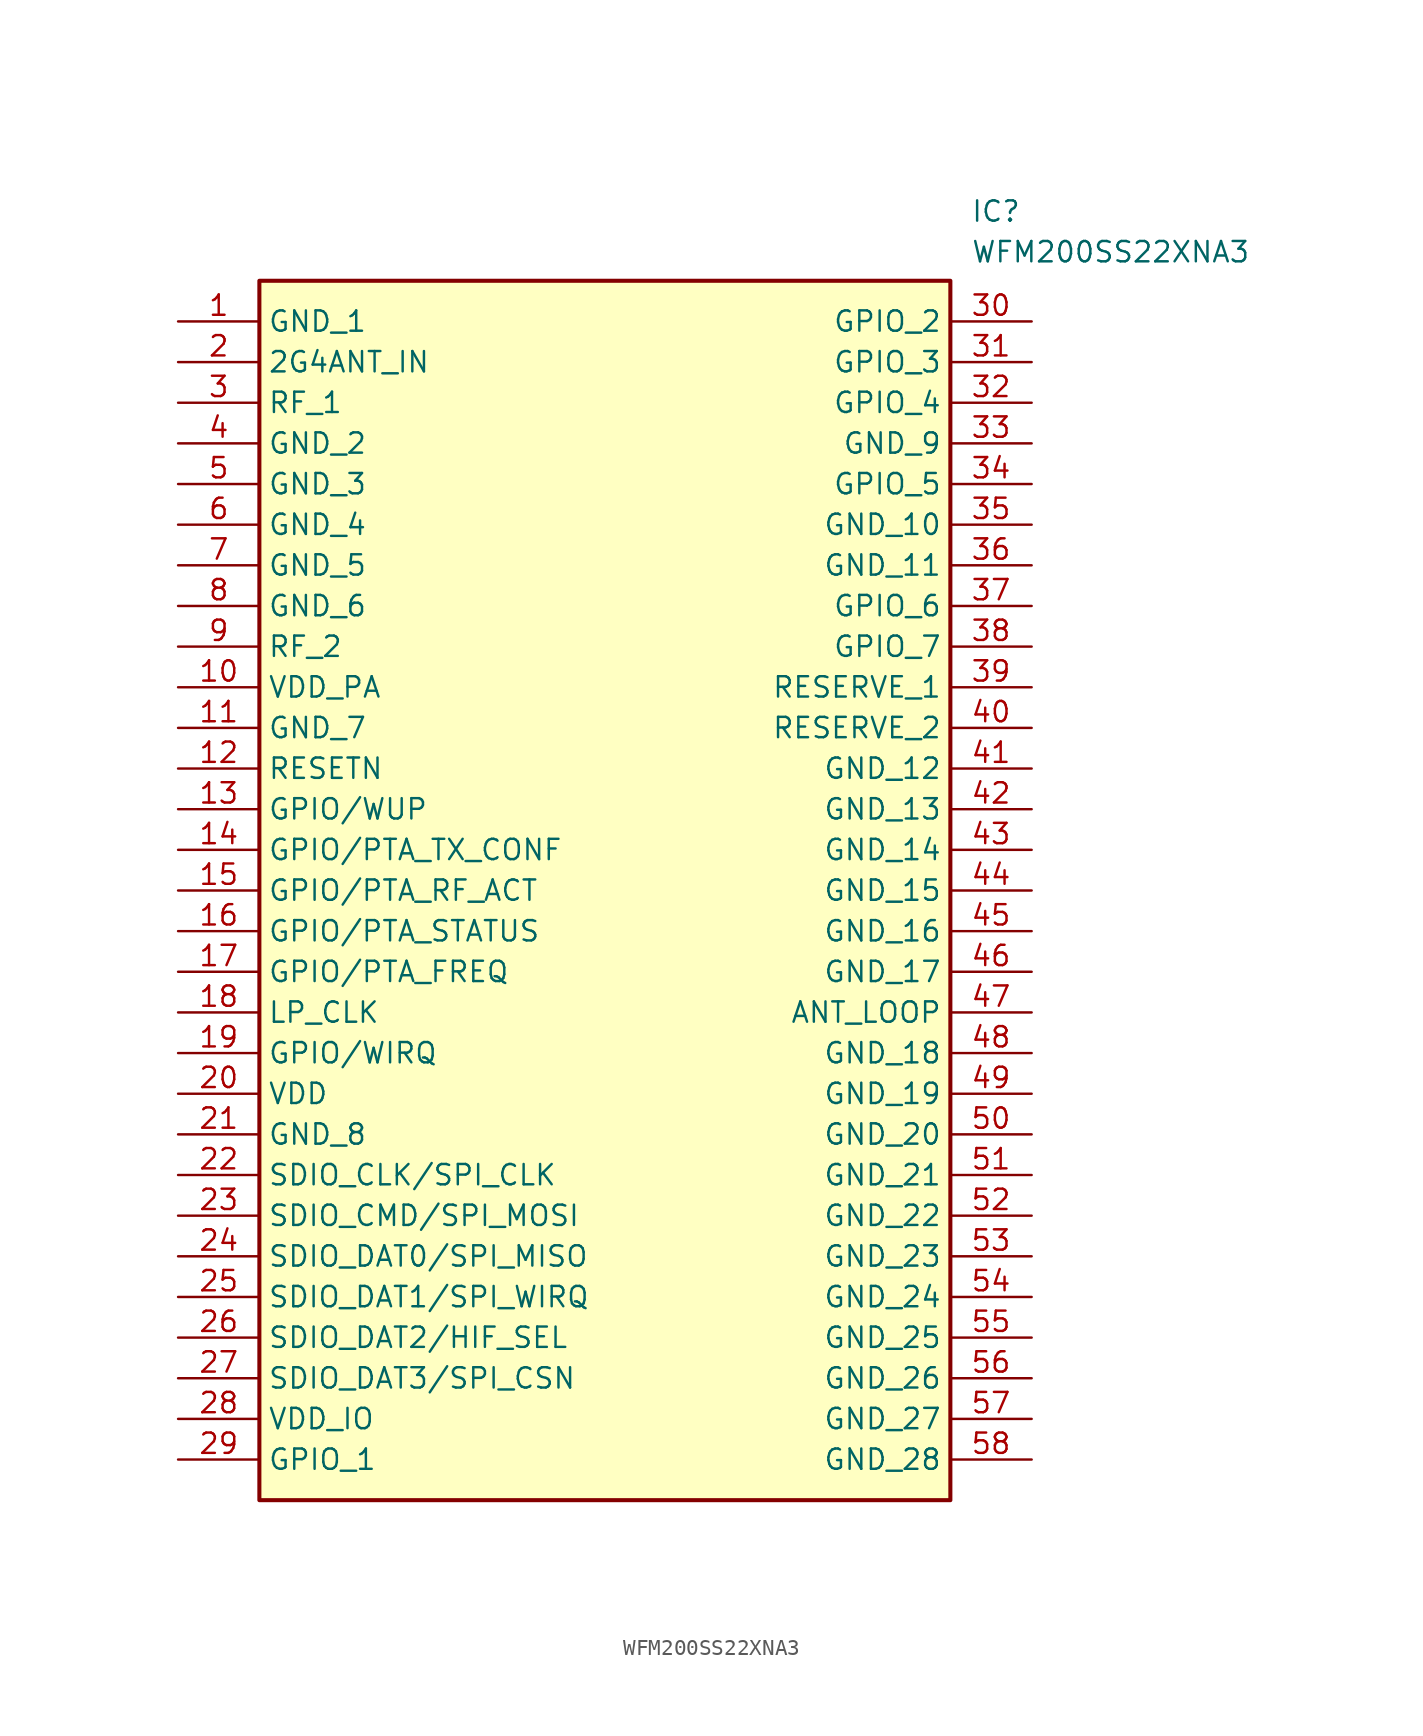
<source format=kicad_sym>
(kicad_symbol_lib
  (version 20211014)
  (generator SamacSys_ECAD_Model)
  (symbol "WFM200SS22XNA3"
    (property "Reference" "IC"
      (at 49.53 7.62 0)
      (effects (font (size 1.27 1.27)) (justify left top)))
    (property "Value" "WFM200SS22XNA3"
      (at 49.53 5.08 0)
      (effects (font (size 1.27 1.27)) (justify left top)))
    (rectangle
      (start 5.08 2.54)
      (end 48.26 -73.66)
      (stroke (width 0.254) (type default))
      (fill (type background)))
    (pin passive line
      (at 0 0 0)
      (length 5.08)
      (name "GND_1" (effects (font (size 1.27 1.27))))
      (number "1" (effects (font (size 1.27 1.27)))))
    (pin passive line
      (at 0 -2.54 0)
      (length 5.08)
      (name "2G4ANT_IN" (effects (font (size 1.27 1.27))))
      (number "2" (effects (font (size 1.27 1.27)))))
    (pin passive line
      (at 0 -5.08 0)
      (length 5.08)
      (name "RF_1" (effects (font (size 1.27 1.27))))
      (number "3" (effects (font (size 1.27 1.27)))))
    (pin passive line
      (at 0 -7.62 0)
      (length 5.08)
      (name "GND_2" (effects (font (size 1.27 1.27))))
      (number "4" (effects (font (size 1.27 1.27)))))
    (pin passive line
      (at 0 -10.16 0)
      (length 5.08)
      (name "GND_3" (effects (font (size 1.27 1.27))))
      (number "5" (effects (font (size 1.27 1.27)))))
    (pin passive line
      (at 0 -12.7 0)
      (length 5.08)
      (name "GND_4" (effects (font (size 1.27 1.27))))
      (number "6" (effects (font (size 1.27 1.27)))))
    (pin passive line
      (at 0 -15.24 0)
      (length 5.08)
      (name "GND_5" (effects (font (size 1.27 1.27))))
      (number "7" (effects (font (size 1.27 1.27)))))
    (pin passive line
      (at 0 -17.78 0)
      (length 5.08)
      (name "GND_6" (effects (font (size 1.27 1.27))))
      (number "8" (effects (font (size 1.27 1.27)))))
    (pin passive line
      (at 0 -20.32 0)
      (length 5.08)
      (name "RF_2" (effects (font (size 1.27 1.27))))
      (number "9" (effects (font (size 1.27 1.27)))))
    (pin passive line
      (at 0 -22.86 0)
      (length 5.08)
      (name "VDD_PA" (effects (font (size 1.27 1.27))))
      (number "10" (effects (font (size 1.27 1.27)))))
    (pin passive line
      (at 0 -25.4 0)
      (length 5.08)
      (name "GND_7" (effects (font (size 1.27 1.27))))
      (number "11" (effects (font (size 1.27 1.27)))))
    (pin passive line
      (at 0 -27.94 0)
      (length 5.08)
      (name "RESETN" (effects (font (size 1.27 1.27))))
      (number "12" (effects (font (size 1.27 1.27)))))
    (pin passive line
      (at 0 -30.48 0)
      (length 5.08)
      (name "GPIO/WUP" (effects (font (size 1.27 1.27))))
      (number "13" (effects (font (size 1.27 1.27)))))
    (pin passive line
      (at 0 -33.02 0)
      (length 5.08)
      (name "GPIO/PTA_TX_CONF" (effects (font (size 1.27 1.27))))
      (number "14" (effects (font (size 1.27 1.27)))))
    (pin passive line
      (at 0 -35.56 0)
      (length 5.08)
      (name "GPIO/PTA_RF_ACT" (effects (font (size 1.27 1.27))))
      (number "15" (effects (font (size 1.27 1.27)))))
    (pin passive line
      (at 0 -38.1 0)
      (length 5.08)
      (name "GPIO/PTA_STATUS" (effects (font (size 1.27 1.27))))
      (number "16" (effects (font (size 1.27 1.27)))))
    (pin passive line
      (at 0 -40.64 0)
      (length 5.08)
      (name "GPIO/PTA_FREQ" (effects (font (size 1.27 1.27))))
      (number "17" (effects (font (size 1.27 1.27)))))
    (pin passive line
      (at 0 -43.18 0)
      (length 5.08)
      (name "LP_CLK" (effects (font (size 1.27 1.27))))
      (number "18" (effects (font (size 1.27 1.27)))))
    (pin passive line
      (at 0 -45.72 0)
      (length 5.08)
      (name "GPIO/WIRQ" (effects (font (size 1.27 1.27))))
      (number "19" (effects (font (size 1.27 1.27)))))
    (pin passive line
      (at 0 -48.26 0)
      (length 5.08)
      (name "VDD" (effects (font (size 1.27 1.27))))
      (number "20" (effects (font (size 1.27 1.27)))))
    (pin passive line
      (at 0 -50.8 0)
      (length 5.08)
      (name "GND_8" (effects (font (size 1.27 1.27))))
      (number "21" (effects (font (size 1.27 1.27)))))
    (pin passive line
      (at 0 -53.34 0)
      (length 5.08)
      (name "SDIO_CLK/SPI_CLK" (effects (font (size 1.27 1.27))))
      (number "22" (effects (font (size 1.27 1.27)))))
    (pin passive line
      (at 0 -55.88 0)
      (length 5.08)
      (name "SDIO_CMD/SPI_MOSI" (effects (font (size 1.27 1.27))))
      (number "23" (effects (font (size 1.27 1.27)))))
    (pin passive line
      (at 0 -58.42 0)
      (length 5.08)
      (name "SDIO_DAT0/SPI_MISO" (effects (font (size 1.27 1.27))))
      (number "24" (effects (font (size 1.27 1.27)))))
    (pin passive line
      (at 0 -60.96 0)
      (length 5.08)
      (name "SDIO_DAT1/SPI_WIRQ" (effects (font (size 1.27 1.27))))
      (number "25" (effects (font (size 1.27 1.27)))))
    (pin passive line
      (at 0 -63.5 0)
      (length 5.08)
      (name "SDIO_DAT2/HIF_SEL" (effects (font (size 1.27 1.27))))
      (number "26" (effects (font (size 1.27 1.27)))))
    (pin passive line
      (at 0 -66.04 0)
      (length 5.08)
      (name "SDIO_DAT3/SPI_CSN" (effects (font (size 1.27 1.27))))
      (number "27" (effects (font (size 1.27 1.27)))))
    (pin passive line
      (at 0 -68.58 0)
      (length 5.08)
      (name "VDD_IO" (effects (font (size 1.27 1.27))))
      (number "28" (effects (font (size 1.27 1.27)))))
    (pin passive line
      (at 0 -71.12 0)
      (length 5.08)
      (name "GPIO_1" (effects (font (size 1.27 1.27))))
      (number "29" (effects (font (size 1.27 1.27)))))
    (pin passive line
      (at 53.34 0 180)
      (length 5.08)
      (name "GPIO_2" (effects (font (size 1.27 1.27))))
      (number "30" (effects (font (size 1.27 1.27)))))
    (pin passive line
      (at 53.34 -2.54 180)
      (length 5.08)
      (name "GPIO_3" (effects (font (size 1.27 1.27))))
      (number "31" (effects (font (size 1.27 1.27)))))
    (pin passive line
      (at 53.34 -5.08 180)
      (length 5.08)
      (name "GPIO_4" (effects (font (size 1.27 1.27))))
      (number "32" (effects (font (size 1.27 1.27)))))
    (pin passive line
      (at 53.34 -7.62 180)
      (length 5.08)
      (name "GND_9" (effects (font (size 1.27 1.27))))
      (number "33" (effects (font (size 1.27 1.27)))))
    (pin passive line
      (at 53.34 -10.16 180)
      (length 5.08)
      (name "GPIO_5" (effects (font (size 1.27 1.27))))
      (number "34" (effects (font (size 1.27 1.27)))))
    (pin passive line
      (at 53.34 -12.7 180)
      (length 5.08)
      (name "GND_10" (effects (font (size 1.27 1.27))))
      (number "35" (effects (font (size 1.27 1.27)))))
    (pin passive line
      (at 53.34 -15.24 180)
      (length 5.08)
      (name "GND_11" (effects (font (size 1.27 1.27))))
      (number "36" (effects (font (size 1.27 1.27)))))
    (pin passive line
      (at 53.34 -17.78 180)
      (length 5.08)
      (name "GPIO_6" (effects (font (size 1.27 1.27))))
      (number "37" (effects (font (size 1.27 1.27)))))
    (pin passive line
      (at 53.34 -20.32 180)
      (length 5.08)
      (name "GPIO_7" (effects (font (size 1.27 1.27))))
      (number "38" (effects (font (size 1.27 1.27)))))
    (pin passive line
      (at 53.34 -22.86 180)
      (length 5.08)
      (name "RESERVE_1" (effects (font (size 1.27 1.27))))
      (number "39" (effects (font (size 1.27 1.27)))))
    (pin passive line
      (at 53.34 -25.4 180)
      (length 5.08)
      (name "RESERVE_2" (effects (font (size 1.27 1.27))))
      (number "40" (effects (font (size 1.27 1.27)))))
    (pin passive line
      (at 53.34 -27.94 180)
      (length 5.08)
      (name "GND_12" (effects (font (size 1.27 1.27))))
      (number "41" (effects (font (size 1.27 1.27)))))
    (pin passive line
      (at 53.34 -30.48 180)
      (length 5.08)
      (name "GND_13" (effects (font (size 1.27 1.27))))
      (number "42" (effects (font (size 1.27 1.27)))))
    (pin passive line
      (at 53.34 -33.02 180)
      (length 5.08)
      (name "GND_14" (effects (font (size 1.27 1.27))))
      (number "43" (effects (font (size 1.27 1.27)))))
    (pin passive line
      (at 53.34 -35.56 180)
      (length 5.08)
      (name "GND_15" (effects (font (size 1.27 1.27))))
      (number "44" (effects (font (size 1.27 1.27)))))
    (pin passive line
      (at 53.34 -38.1 180)
      (length 5.08)
      (name "GND_16" (effects (font (size 1.27 1.27))))
      (number "45" (effects (font (size 1.27 1.27)))))
    (pin passive line
      (at 53.34 -40.64 180)
      (length 5.08)
      (name "GND_17" (effects (font (size 1.27 1.27))))
      (number "46" (effects (font (size 1.27 1.27)))))
    (pin passive line
      (at 53.34 -43.18 180)
      (length 5.08)
      (name "ANT_LOOP" (effects (font (size 1.27 1.27))))
      (number "47" (effects (font (size 1.27 1.27)))))
    (pin passive line
      (at 53.34 -45.72 180)
      (length 5.08)
      (name "GND_18" (effects (font (size 1.27 1.27))))
      (number "48" (effects (font (size 1.27 1.27)))))
    (pin passive line
      (at 53.34 -48.26 180)
      (length 5.08)
      (name "GND_19" (effects (font (size 1.27 1.27))))
      (number "49" (effects (font (size 1.27 1.27)))))
    (pin passive line
      (at 53.34 -50.8 180)
      (length 5.08)
      (name "GND_20" (effects (font (size 1.27 1.27))))
      (number "50" (effects (font (size 1.27 1.27)))))
    (pin passive line
      (at 53.34 -53.34 180)
      (length 5.08)
      (name "GND_21" (effects (font (size 1.27 1.27))))
      (number "51" (effects (font (size 1.27 1.27)))))
    (pin passive line
      (at 53.34 -55.88 180)
      (length 5.08)
      (name "GND_22" (effects (font (size 1.27 1.27))))
      (number "52" (effects (font (size 1.27 1.27)))))
    (pin passive line
      (at 53.34 -58.42 180)
      (length 5.08)
      (name "GND_23" (effects (font (size 1.27 1.27))))
      (number "53" (effects (font (size 1.27 1.27)))))
    (pin passive line
      (at 53.34 -60.96 180)
      (length 5.08)
      (name "GND_24" (effects (font (size 1.27 1.27))))
      (number "54" (effects (font (size 1.27 1.27)))))
    (pin passive line
      (at 53.34 -63.5 180)
      (length 5.08)
      (name "GND_25" (effects (font (size 1.27 1.27))))
      (number "55" (effects (font (size 1.27 1.27)))))
    (pin passive line
      (at 53.34 -66.04 180)
      (length 5.08)
      (name "GND_26" (effects (font (size 1.27 1.27))))
      (number "56" (effects (font (size 1.27 1.27)))))
    (pin passive line
      (at 53.34 -68.58 180)
      (length 5.08)
      (name "GND_27" (effects (font (size 1.27 1.27))))
      (number "57" (effects (font (size 1.27 1.27)))))
    (pin passive line
      (at 53.34 -71.12 180)
      (length 5.08)
      (name "GND_28" (effects (font (size 1.27 1.27))))
      (number "58" (effects (font (size 1.27 1.27)))))))
</source>
